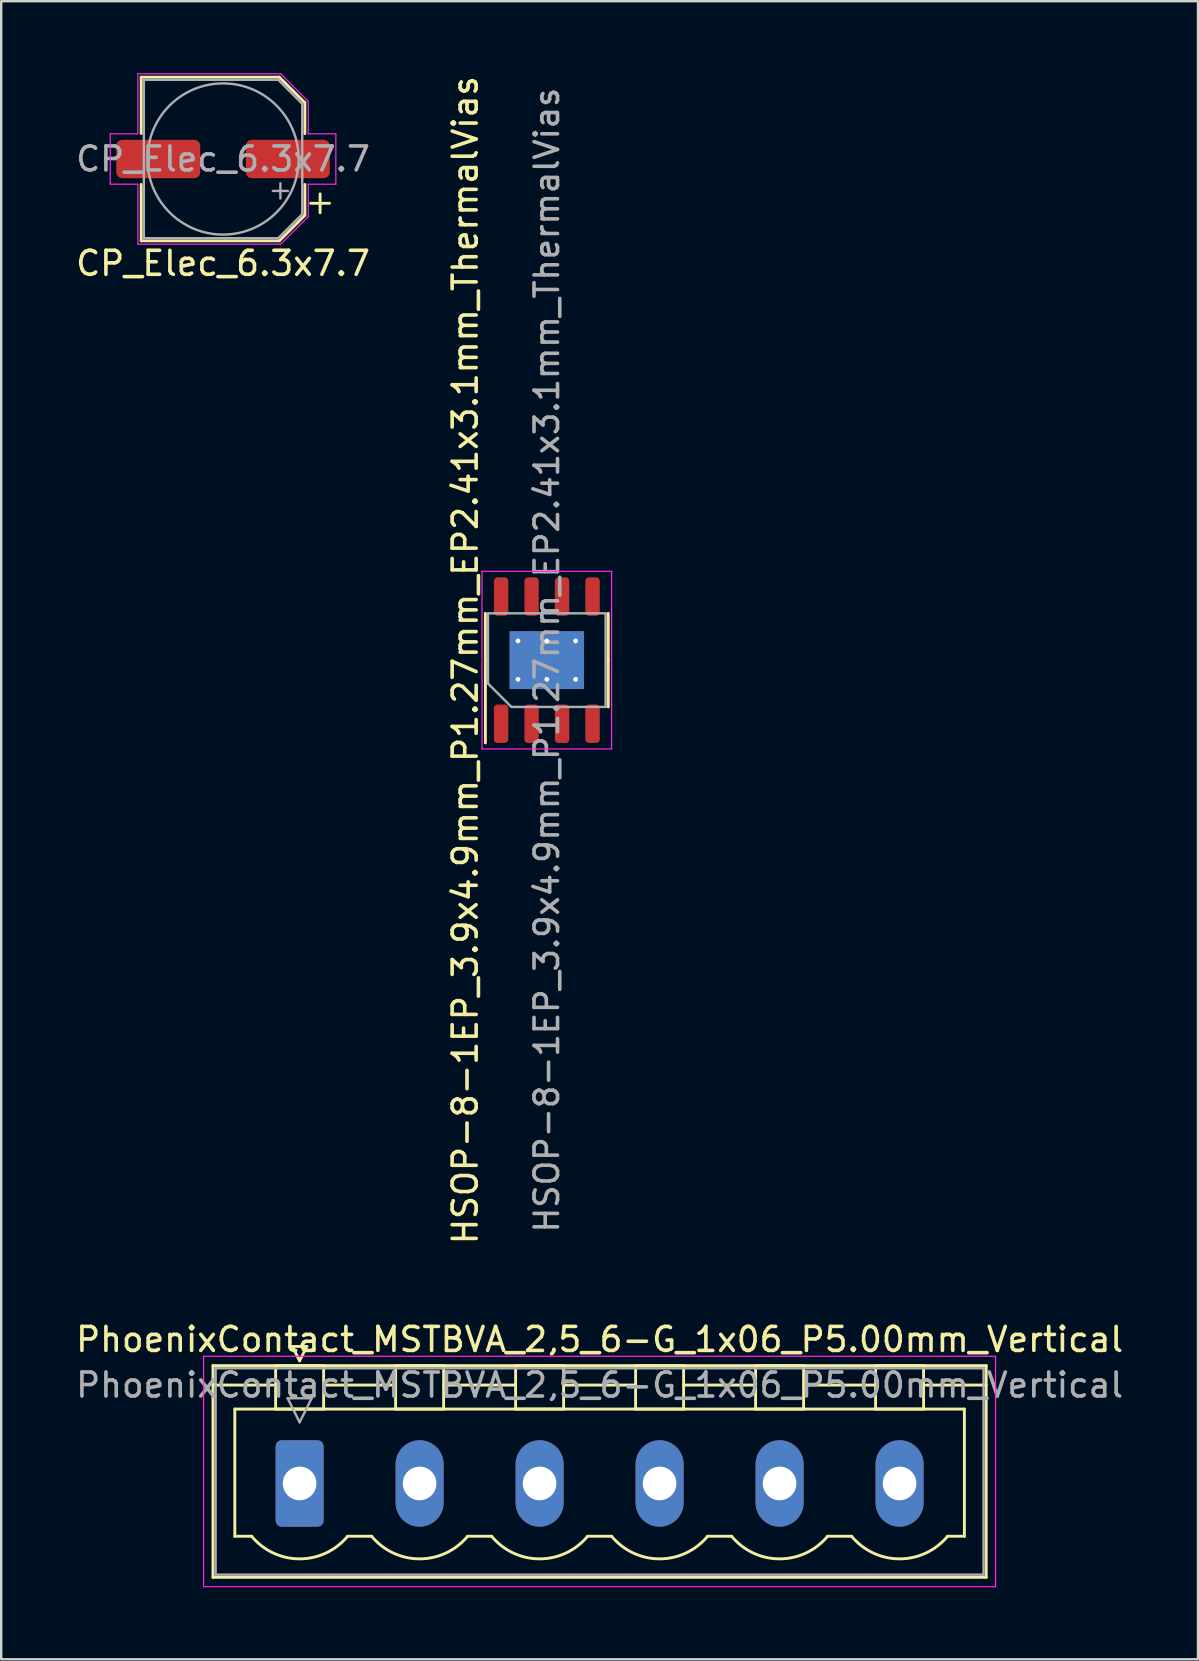
<source format=kicad_pcb>
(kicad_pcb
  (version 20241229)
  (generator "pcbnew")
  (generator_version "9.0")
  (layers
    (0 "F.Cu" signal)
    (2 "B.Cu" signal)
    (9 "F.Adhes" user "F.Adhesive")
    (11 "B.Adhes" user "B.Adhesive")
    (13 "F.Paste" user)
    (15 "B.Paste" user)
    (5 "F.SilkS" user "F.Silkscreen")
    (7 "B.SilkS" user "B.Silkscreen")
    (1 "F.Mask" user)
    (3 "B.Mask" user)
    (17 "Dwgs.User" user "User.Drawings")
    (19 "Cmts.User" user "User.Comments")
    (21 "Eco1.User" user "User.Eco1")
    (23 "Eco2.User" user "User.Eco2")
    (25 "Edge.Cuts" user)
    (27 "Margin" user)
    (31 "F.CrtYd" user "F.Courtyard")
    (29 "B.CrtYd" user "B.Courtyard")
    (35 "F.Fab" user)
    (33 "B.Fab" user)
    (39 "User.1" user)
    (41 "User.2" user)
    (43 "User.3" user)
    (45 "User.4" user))
  (footprint "PhoenixContact_MSTBVA_2,5_6-G_1x06_P5.00mm_Vertical"
    (layer "F.Cu")
    (at 9.435 58.765)
    (property "Reference" "PhoenixContact_MSTBVA_2,5_6-G_1x06_P5.00mm_Vertical" (at 12.5 -6 0) (layer "F.SilkS") (effects (font (size 1 1) (thickness 0.15))))
    (attr through_hole)
    (fp_line (start -3.61 -4.91) (end -3.61 3.91) (stroke (width 0.12) (type solid)) (layer "F.SilkS"))
    (fp_line (start -3.61 -4.1) (end -1.11 -4.1) (stroke (width 0.12) (type solid)) (layer "F.SilkS"))
    (fp_line (start -3.61 3.91) (end 28.61 3.91) (stroke (width 0.12) (type solid)) (layer "F.SilkS"))
    (fp_line (start -2.7 -3.1) (end 27.7 -3.1) (stroke (width 0.12) (type solid)) (layer "F.SilkS"))
    (fp_line (start -2.7 2.2) (end -2.7 -3.1) (stroke (width 0.12) (type solid)) (layer "F.SilkS"))
    (fp_line (start -2 2.2) (end -2.7 2.2) (stroke (width 0.12) (type solid)) (layer "F.SilkS"))
    (fp_line (start -1 -4.91) (end 1 -4.91) (stroke (width 0.12) (type solid)) (layer "F.SilkS"))
    (fp_line (start -1 -3.1) (end -1 -4.91) (stroke (width 0.12) (type solid)) (layer "F.SilkS"))
    (fp_line (start -0.3 -5.71) (end 0.3 -5.71) (stroke (width 0.12) (type solid)) (layer "F.SilkS"))
    (fp_line (start 0 -5.11) (end -0.3 -5.71) (stroke (width 0.12) (type solid)) (layer "F.SilkS"))
    (fp_line (start 0.3 -5.71) (end 0 -5.11) (stroke (width 0.12) (type solid)) (layer "F.SilkS"))
    (fp_line (start 1 -4.91) (end 1 -3.1) (stroke (width 0.12) (type solid)) (layer "F.SilkS"))
    (fp_line (start 1 -4.1) (end 4 -4.1) (stroke (width 0.12) (type solid)) (layer "F.SilkS"))
    (fp_line (start 1 -3.1) (end -1 -3.1) (stroke (width 0.12) (type solid)) (layer "F.SilkS"))
    (fp_line (start 2 2.2) (end 3 2.2) (stroke (width 0.12) (type solid)) (layer "F.SilkS"))
    (fp_line (start 4 -4.91) (end 6 -4.91) (stroke (width 0.12) (type solid)) (layer "F.SilkS"))
    (fp_line (start 4 -3.1) (end 4 -4.91) (stroke (width 0.12) (type solid)) (layer "F.SilkS"))
    (fp_line (start 6 -4.91) (end 6 -3.1) (stroke (width 0.12) (type solid)) (layer "F.SilkS"))
    (fp_line (start 6 -4.1) (end 9 -4.1) (stroke (width 0.12) (type solid)) (layer "F.SilkS"))
    (fp_line (start 6 -3.1) (end 4 -3.1) (stroke (width 0.12) (type solid)) (layer "F.SilkS"))
    (fp_line (start 7 2.2) (end 8 2.2) (stroke (width 0.12) (type solid)) (layer "F.SilkS"))
    (fp_line (start 9 -4.91) (end 11 -4.91) (stroke (width 0.12) (type solid)) (layer "F.SilkS"))
    (fp_line (start 9 -3.1) (end 9 -4.91) (stroke (width 0.12) (type solid)) (layer "F.SilkS"))
    (fp_line (start 11 -4.91) (end 11 -3.1) (stroke (width 0.12) (type solid)) (layer "F.SilkS"))
    (fp_line (start 11 -4.1) (end 14 -4.1) (stroke (width 0.12) (type solid)) (layer "F.SilkS"))
    (fp_line (start 11 -3.1) (end 9 -3.1) (stroke (width 0.12) (type solid)) (layer "F.SilkS"))
    (fp_line (start 12 2.2) (end 13 2.2) (stroke (width 0.12) (type solid)) (layer "F.SilkS"))
    (fp_line (start 14 -4.91) (end 16 -4.91) (stroke (width 0.12) (type solid)) (layer "F.SilkS"))
    (fp_line (start 14 -3.1) (end 14 -4.91) (stroke (width 0.12) (type solid)) (layer "F.SilkS"))
    (fp_line (start 16 -4.91) (end 16 -3.1) (stroke (width 0.12) (type solid)) (layer "F.SilkS"))
    (fp_line (start 16 -4.1) (end 19 -4.1) (stroke (width 0.12) (type solid)) (layer "F.SilkS"))
    (fp_line (start 16 -3.1) (end 14 -3.1) (stroke (width 0.12) (type solid)) (layer "F.SilkS"))
    (fp_line (start 17 2.2) (end 18 2.2) (stroke (width 0.12) (type solid)) (layer "F.SilkS"))
    (fp_line (start 19 -4.91) (end 21 -4.91) (stroke (width 0.12) (type solid)) (layer "F.SilkS"))
    (fp_line (start 19 -3.1) (end 19 -4.91) (stroke (width 0.12) (type solid)) (layer "F.SilkS"))
    (fp_line (start 21 -4.91) (end 21 -3.1) (stroke (width 0.12) (type solid)) (layer "F.SilkS"))
    (fp_line (start 21 -4.1) (end 24 -4.1) (stroke (width 0.12) (type solid)) (layer "F.SilkS"))
    (fp_line (start 21 -3.1) (end 19 -3.1) (stroke (width 0.12) (type solid)) (layer "F.SilkS"))
    (fp_line (start 22 2.2) (end 23 2.2) (stroke (width 0.12) (type solid)) (layer "F.SilkS"))
    (fp_line (start 24 -4.91) (end 26 -4.91) (stroke (width 0.12) (type solid)) (layer "F.SilkS"))
    (fp_line (start 24 -3.1) (end 24 -4.91) (stroke (width 0.12) (type solid)) (layer "F.SilkS"))
    (fp_line (start 26 -4.91) (end 26 -3.1) (stroke (width 0.12) (type solid)) (layer "F.SilkS"))
    (fp_line (start 26 -3.1) (end 24 -3.1) (stroke (width 0.12) (type solid)) (layer "F.SilkS"))
    (fp_line (start 27.7 -3.1) (end 27.7 2.2) (stroke (width 0.12) (type solid)) (layer "F.SilkS"))
    (fp_line (start 27.7 2.2) (end 27 2.2) (stroke (width 0.12) (type solid)) (layer "F.SilkS"))
    (fp_line (start 28.61 -4.91) (end -3.61 -4.91) (stroke (width 0.12) (type solid)) (layer "F.SilkS"))
    (fp_line (start 28.61 -4.1) (end 26.11 -4.1) (stroke (width 0.12) (type solid)) (layer "F.SilkS"))
    (fp_line (start 28.61 3.91) (end 28.61 -4.91) (stroke (width 0.12) (type solid)) (layer "F.SilkS"))
    (fp_arc (start 1.986842 2.215821) (mid -0.010289 3.142758) (end -2 2.2) (stroke (width 0.12) (type solid)) (layer "F.SilkS"))
    (fp_arc (start 6.986842 2.215821) (mid 4.989711 3.142758) (end 3 2.2) (stroke (width 0.12) (type solid)) (layer "F.SilkS"))
    (fp_arc (start 11.986842 2.215821) (mid 9.989711 3.142758) (end 8 2.2) (stroke (width 0.12) (type solid)) (layer "F.SilkS"))
    (fp_arc (start 16.986842 2.215821) (mid 14.989711 3.142758) (end 13 2.2) (stroke (width 0.12) (type solid)) (layer "F.SilkS"))
    (fp_arc (start 21.986842 2.215821) (mid 19.989711 3.142758) (end 18 2.2) (stroke (width 0.12) (type solid)) (layer "F.SilkS"))
    (fp_arc (start 26.986842 2.215821) (mid 24.989711 3.142758) (end 23 2.2) (stroke (width 0.12) (type solid)) (layer "F.SilkS"))
    (fp_line (start -4 -5.3) (end -4 4.3) (stroke (width 0.05) (type solid)) (layer "F.CrtYd"))
    (fp_line (start -4 4.3) (end 29 4.3) (stroke (width 0.05) (type solid)) (layer "F.CrtYd"))
    (fp_line (start 29 -5.3) (end -4 -5.3) (stroke (width 0.05) (type solid)) (layer "F.CrtYd"))
    (fp_line (start 29 4.3) (end 29 -5.3) (stroke (width 0.05) (type solid)) (layer "F.CrtYd"))
    (fp_line (start -3.5 -4.8) (end -3.5 3.8) (stroke (width 0.1) (type solid)) (layer "F.Fab"))
    (fp_line (start -3.5 3.8) (end 28.5 3.8) (stroke (width 0.1) (type solid)) (layer "F.Fab"))
    (fp_line (start -0.5 -3.55) (end 0.5 -3.55) (stroke (width 0.1) (type solid)) (layer "F.Fab"))
    (fp_line (start 0 -2.55) (end -0.5 -3.55) (stroke (width 0.1) (type solid)) (layer "F.Fab"))
    (fp_line (start 0.5 -3.55) (end 0 -2.55) (stroke (width 0.1) (type solid)) (layer "F.Fab"))
    (fp_line (start 28.5 -4.8) (end -3.5 -4.8) (stroke (width 0.1) (type solid)) (layer "F.Fab"))
    (fp_line (start 28.5 3.8) (end 28.5 -4.8) (stroke (width 0.1) (type solid)) (layer "F.Fab"))
    (fp_text user "${REFERENCE}" (at 12.5 -4.1 0) (layer "F.Fab") (effects (font (size 1 1) (thickness 0.15))))
    (pad "1" thru_hole roundrect (at 0 0) (size 2 3.6) (drill 1.4) (layers "*.Cu" "*.Mask") (roundrect_rratio 0.125))
    (pad "2" thru_hole oval (at 5 0) (size 2 3.6) (drill 1.4) (layers "*.Cu" "*.Mask"))
    (pad "3" thru_hole oval (at 10 0) (size 2 3.6) (drill 1.4) (layers "*.Cu" "*.Mask"))
    (pad "4" thru_hole oval (at 15 0) (size 2 3.6) (drill 1.4) (layers "*.Cu" "*.Mask"))
    (pad "5" thru_hole oval (at 20 0) (size 2 3.6) (drill 1.4) (layers "*.Cu" "*.Mask"))
    (pad "6" thru_hole oval (at 25 0) (size 2 3.6) (drill 1.4) (layers "*.Cu" "*.Mask")))
  (footprint "HSOP-8-1EP_3.9x4.9mm_P1.27mm_EP2.41x3.1mm_ThermalVias"
    (layer "F.Cu")
    (at 19.736 24.458)
    (property "Reference" "HSOP-8-1EP_3.9x4.9mm_P1.27mm_EP2.41x3.1mm_ThermalVias" (at -3.4 0 90) (layer "F.SilkS") (effects (font (size 1 1) (thickness 0.15))))
    (attr smd)
    (fp_line (start -2.56 0) (end -2.56 -1.95) (stroke (width 0.12) (type solid)) (layer "F.SilkS"))
    (fp_line (start -2.56 0) (end -2.56 3.45) (stroke (width 0.12) (type solid)) (layer "F.SilkS"))
    (fp_line (start 2.56 0) (end 2.56 -1.95) (stroke (width 0.12) (type solid)) (layer "F.SilkS"))
    (fp_line (start 2.56 0) (end 2.56 1.95) (stroke (width 0.12) (type solid)) (layer "F.SilkS"))
    (fp_line (start -2.7 -3.7) (end -2.7 3.7) (stroke (width 0.05) (type solid)) (layer "F.CrtYd"))
    (fp_line (start -2.7 3.7) (end 2.7 3.7) (stroke (width 0.05) (type solid)) (layer "F.CrtYd"))
    (fp_line (start 2.7 -3.7) (end -2.7 -3.7) (stroke (width 0.05) (type solid)) (layer "F.CrtYd"))
    (fp_line (start 2.7 3.7) (end 2.7 -3.7) (stroke (width 0.05) (type solid)) (layer "F.CrtYd"))
    (fp_line (start -2.45 -1.95) (end 2.45 -1.95) (stroke (width 0.1) (type solid)) (layer "F.Fab"))
    (fp_line (start -2.45 0.975) (end -2.45 -1.95) (stroke (width 0.1) (type solid)) (layer "F.Fab"))
    (fp_line (start -1.475 1.95) (end -2.45 0.975) (stroke (width 0.1) (type solid)) (layer "F.Fab"))
    (fp_line (start 2.45 -1.95) (end 2.45 1.95) (stroke (width 0.1) (type solid)) (layer "F.Fab"))
    (fp_line (start 2.45 1.95) (end -1.475 1.95) (stroke (width 0.1) (type solid)) (layer "F.Fab"))
    (fp_text user "${REFERENCE}" (at 0 0 90) (layer "F.Fab") (effects (font (size 0.98 0.98) (thickness 0.15))))
    (pad "" smd roundrect (at -0.775 -0.6 90) (size 0.97 1.25) (layers "F.Paste") (roundrect_rratio 0.25))
    (pad "" smd roundrect (at -0.775 0.6 90) (size 0.97 1.25) (layers "F.Paste") (roundrect_rratio 0.25))
    (pad "" smd roundrect (at 0.775 -0.6 90) (size 0.97 1.25) (layers "F.Paste") (roundrect_rratio 0.25))
    (pad "" smd roundrect (at 0.775 0.6 90) (size 0.97 1.25) (layers "F.Paste") (roundrect_rratio 0.25))
    (pad "1" smd roundrect (at -1.905 2.65 90) (size 1.6 0.6) (layers "F.Cu" "F.Mask" "F.Paste") (roundrect_rratio 0.25))
    (pad "2" smd roundrect (at -0.635 2.65 90) (size 1.6 0.6) (layers "F.Cu" "F.Mask" "F.Paste") (roundrect_rratio 0.25))
    (pad "3" smd roundrect (at 0.635 2.65 90) (size 1.6 0.6) (layers "F.Cu" "F.Mask" "F.Paste") (roundrect_rratio 0.25))
    (pad "4" smd roundrect (at 1.905 2.65 90) (size 1.6 0.6) (layers "F.Cu" "F.Mask" "F.Paste") (roundrect_rratio 0.25))
    (pad "5" smd roundrect (at 1.905 -2.65 90) (size 1.6 0.6) (layers "F.Cu" "F.Mask" "F.Paste") (roundrect_rratio 0.25))
    (pad "6" smd roundrect (at 0.635 -2.65 90) (size 1.6 0.6) (layers "F.Cu" "F.Mask" "F.Paste") (roundrect_rratio 0.25))
    (pad "7" smd roundrect (at -0.635 -2.65 90) (size 1.6 0.6) (layers "F.Cu" "F.Mask" "F.Paste") (roundrect_rratio 0.25))
    (pad "8" smd roundrect (at -1.905 -2.65 90) (size 1.6 0.6) (layers "F.Cu" "F.Mask" "F.Paste") (roundrect_rratio 0.25))
    (pad "9" thru_hole circle (at -1.2 -0.8 90) (size 0.6 0.6) (drill 0.2) (layers "*.Cu"))
    (pad "9" thru_hole circle (at -1.2 0.8 90) (size 0.6 0.6) (drill 0.2) (layers "*.Cu"))
    (pad "9" thru_hole circle (at 0 -0.8 90) (size 0.6 0.6) (drill 0.2) (layers "*.Cu"))
    (pad "9" smd rect (at 0 0 90) (size 2.41 3.1) (layers "F.Cu" "F.Mask"))
    (pad "9" smd rect (at 0 0 90) (size 2.41 3.1) (layers "B.Cu"))
    (pad "9" thru_hole circle (at 0 0.8 90) (size 0.6 0.6) (drill 0.2) (layers "*.Cu"))
    (pad "9" thru_hole circle (at 1.2 -0.8 90) (size 0.6 0.6) (drill 0.2) (layers "*.Cu"))
    (pad "9" thru_hole circle (at 1.2 0.8 90) (size 0.6 0.6) (drill 0.2) (layers "*.Cu")))
  (footprint "CP_Elec_6.3x7.7"
    (layer "F.Cu")
    (at 6.244 3.575)
    (property "Reference" "CP_Elec_6.3x7.7" (at 0 4.35 180) (layer "F.SilkS") (effects (font (size 1 1) (thickness 0.15))))
    (attr smd)
    (fp_line (start -3.41 -3.41) (end -3.41 -1.06) (stroke (width 0.12) (type solid)) (layer "F.SilkS"))
    (fp_line (start -3.41 3.41) (end -3.41 1.06) (stroke (width 0.12) (type solid)) (layer "F.SilkS"))
    (fp_line (start 2.346 -3.41) (end -3.41 -3.41) (stroke (width 0.12) (type solid)) (layer "F.SilkS"))
    (fp_line (start 2.346 3.41) (end -3.41 3.41) (stroke (width 0.12) (type solid)) (layer "F.SilkS"))
    (fp_line (start 3.41 -2.346) (end 2.346 -3.41) (stroke (width 0.12) (type solid)) (layer "F.SilkS"))
    (fp_line (start 3.41 -2.346) (end 3.41 -1.06) (stroke (width 0.12) (type solid)) (layer "F.SilkS"))
    (fp_line (start 3.41 2.346) (end 2.346 3.41) (stroke (width 0.12) (type solid)) (layer "F.SilkS"))
    (fp_line (start 3.41 2.346) (end 3.41 1.06) (stroke (width 0.12) (type solid)) (layer "F.SilkS"))
    (fp_line (start 4.044 2.241) (end 4.044 1.454) (stroke (width 0.12) (type solid)) (layer "F.SilkS"))
    (fp_line (start 4.438 1.847) (end 3.65 1.847) (stroke (width 0.12) (type solid)) (layer "F.SilkS"))
    (fp_line (start -4.7 -1.05) (end -3.55 -1.05) (stroke (width 0.05) (type solid)) (layer "F.CrtYd"))
    (fp_line (start -4.7 1.05) (end -4.7 -1.05) (stroke (width 0.05) (type solid)) (layer "F.CrtYd"))
    (fp_line (start -3.55 -1.05) (end -3.55 -3.55) (stroke (width 0.05) (type solid)) (layer "F.CrtYd"))
    (fp_line (start -3.55 1.05) (end -4.7 1.05) (stroke (width 0.05) (type solid)) (layer "F.CrtYd"))
    (fp_line (start -3.55 3.55) (end -3.55 1.05) (stroke (width 0.05) (type solid)) (layer "F.CrtYd"))
    (fp_line (start 2.4 -3.55) (end -3.55 -3.55) (stroke (width 0.05) (type solid)) (layer "F.CrtYd"))
    (fp_line (start 2.4 3.55) (end -3.55 3.55) (stroke (width 0.05) (type solid)) (layer "F.CrtYd"))
    (fp_line (start 3.55 -2.4) (end 2.4 -3.55) (stroke (width 0.05) (type solid)) (layer "F.CrtYd"))
    (fp_line (start 3.55 -1.05) (end 3.55 -2.4) (stroke (width 0.05) (type solid)) (layer "F.CrtYd"))
    (fp_line (start 3.55 1.05) (end 4.7 1.05) (stroke (width 0.05) (type solid)) (layer "F.CrtYd"))
    (fp_line (start 3.55 2.4) (end 2.4 3.55) (stroke (width 0.05) (type solid)) (layer "F.CrtYd"))
    (fp_line (start 3.55 2.4) (end 3.55 1.05) (stroke (width 0.05) (type solid)) (layer "F.CrtYd"))
    (fp_line (start 4.7 -1.05) (end 3.55 -1.05) (stroke (width 0.05) (type solid)) (layer "F.CrtYd"))
    (fp_line (start 4.7 1.05) (end 4.7 -1.05) (stroke (width 0.05) (type solid)) (layer "F.CrtYd"))
    (fp_line (start -3.3 3.3) (end -3.3 -3.3) (stroke (width 0.1) (type solid)) (layer "F.Fab"))
    (fp_line (start 2.3 -3.3) (end -3.3 -3.3) (stroke (width 0.1) (type solid)) (layer "F.Fab"))
    (fp_line (start 2.3 3.3) (end -3.3 3.3) (stroke (width 0.1) (type solid)) (layer "F.Fab"))
    (fp_line (start 2.39 1.645) (end 2.39 1.015) (stroke (width 0.1) (type solid)) (layer "F.Fab"))
    (fp_line (start 2.705 1.33) (end 2.075 1.33) (stroke (width 0.1) (type solid)) (layer "F.Fab"))
    (fp_line (start 3.3 -2.3) (end 2.3 -3.3) (stroke (width 0.1) (type solid)) (layer "F.Fab"))
    (fp_line (start 3.3 2.3) (end 2.3 3.3) (stroke (width 0.1) (type solid)) (layer "F.Fab"))
    (fp_line (start 3.3 2.3) (end 3.3 -2.3) (stroke (width 0.1) (type solid)) (layer "F.Fab"))
    (fp_circle (center 0 0) (end -3.15 0) (stroke (width 0.1) (type solid)) (fill no) (layer "F.Fab"))
    (fp_text user "${REFERENCE}" (at 0 0 180) (layer "F.Fab") (effects (font (size 1 1) (thickness 0.15))))
    (pad "1" smd roundrect (at 2.7 0 180) (size 3.5 1.6) (layers "F.Cu" "F.Mask" "F.Paste") (roundrect_rratio 0.156))
    (pad "2" smd roundrect (at -2.7 0 180) (size 3.5 1.6) (layers "F.Cu" "F.Mask" "F.Paste") (roundrect_rratio 0.156)))
  (gr_rect
    (start -3 -3)
    (end 46.869 66.09)
    (stroke (width 0.1) (type default))
    (fill no)
    (layer "Edge.Cuts")))
</source>
